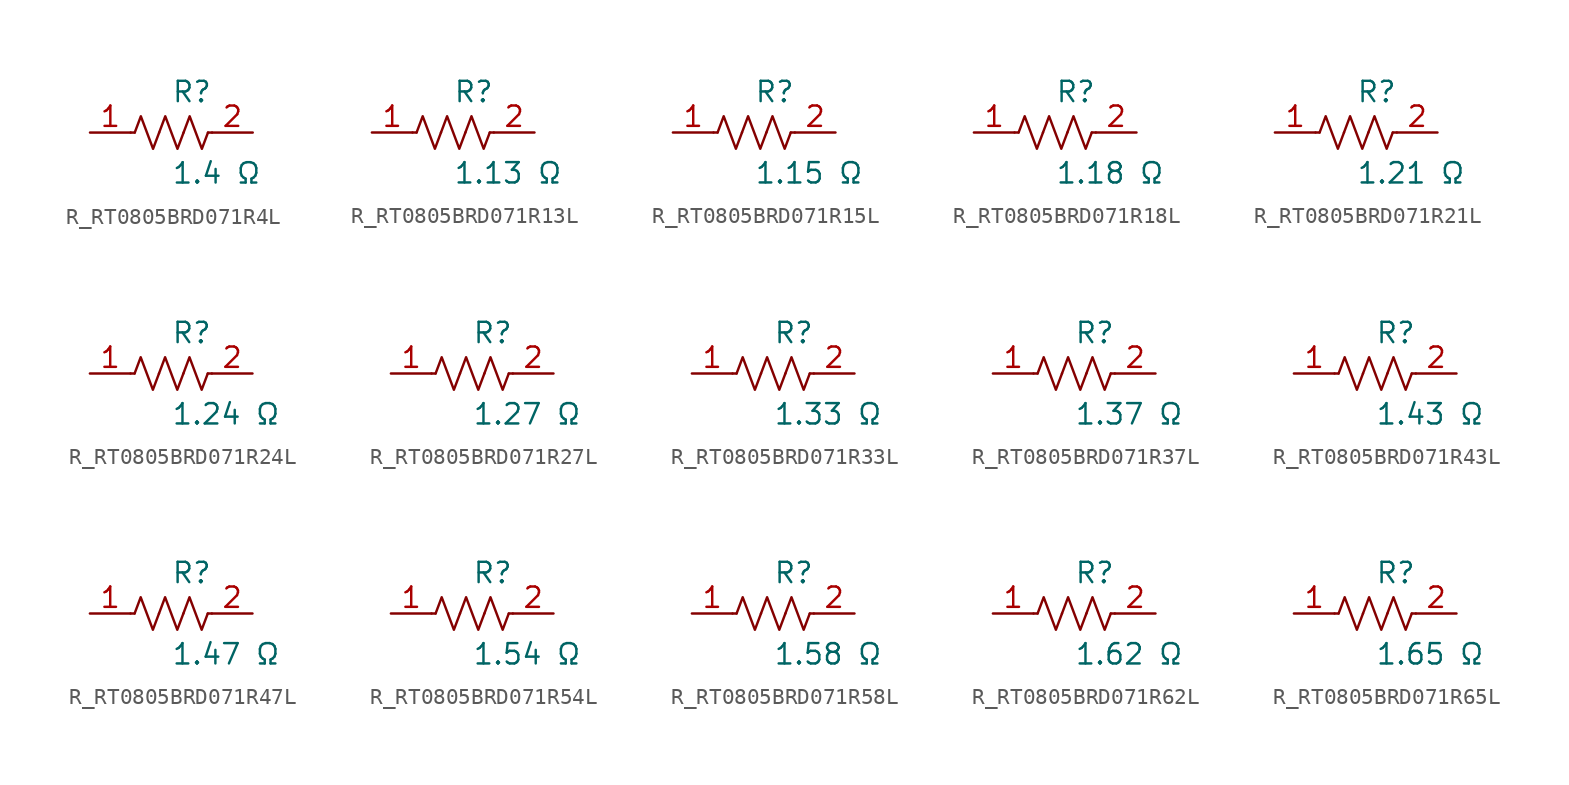
<source format=kicad_sym>
(kicad_symbol_lib
  (version 20231120)
  (generator kicad_symbol_editor)
  (generator_version 8.0)
  (symbol "R_RT0805BRD071R4L"
    (pin_names
      (offset 0.254))
    (property "Reference" "R"
      (at 0.0 2.54 0)
      (effects (font (size 1.27 1.27)) (justify left)))
    (property "Value" "1.4 Ω"
      (at 0.0 -2.54 0)
      (effects (font (size 1.27 1.27)) (justify left)))
    (symbol "R_RT0805BRD071R4L_0_1"
      (polyline (pts (xy 2.286 0) (xy 2.54 0)) (stroke (width 0) (type default)) (fill (type none)))
      (polyline (pts (xy -2.286 0) (xy -2.54 0)) (stroke (width 0) (type default)) (fill (type none)))
      (polyline (pts (xy 0.762 0) (xy 1.143 1.016) (xy 1.524 0) (xy 1.905 -1.016) (xy 2.286 0)) (stroke (width 0) (type default)) (fill (type none)))
      (polyline (pts (xy -0.762 0) (xy -0.381 1.016) (xy 0 0) (xy 0.381 -1.016) (xy 0.762 0)) (stroke (width 0) (type default)) (fill (type none)))
      (polyline (pts (xy -2.286 0) (xy -1.905 1.016) (xy -1.524 0) (xy -1.143 -1.016) (xy -0.762 0)) (stroke (width 0) (type default)) (fill (type none))))
    (pin unspecified line
      (at -5.08 0 0)
      (length 2.54)
      (name "" (effects (font (size 1.27 1.27))))
      (number "1" (effects (font (size 1.27 1.27)))))
    (pin unspecified line
      (at 5.08 0 180)
      (length 2.54)
      (name "" (effects (font (size 1.27 1.27))))
      (number "2" (effects (font (size 1.27 1.27))))))
  (symbol "R_RT0805BRD071R13L"
    (pin_names
      (offset 0.254))
    (property "Reference" "R"
      (at 0.0 2.54 0)
      (effects (font (size 1.27 1.27)) (justify left)))
    (property "Value" "1.13 Ω"
      (at 0.0 -2.54 0)
      (effects (font (size 1.27 1.27)) (justify left)))
    (symbol "R_RT0805BRD071R13L_0_1"
      (polyline (pts (xy 2.286 0) (xy 2.54 0)) (stroke (width 0) (type default)) (fill (type none)))
      (polyline (pts (xy -2.286 0) (xy -2.54 0)) (stroke (width 0) (type default)) (fill (type none)))
      (polyline (pts (xy 0.762 0) (xy 1.143 1.016) (xy 1.524 0) (xy 1.905 -1.016) (xy 2.286 0)) (stroke (width 0) (type default)) (fill (type none)))
      (polyline (pts (xy -0.762 0) (xy -0.381 1.016) (xy 0 0) (xy 0.381 -1.016) (xy 0.762 0)) (stroke (width 0) (type default)) (fill (type none)))
      (polyline (pts (xy -2.286 0) (xy -1.905 1.016) (xy -1.524 0) (xy -1.143 -1.016) (xy -0.762 0)) (stroke (width 0) (type default)) (fill (type none))))
    (pin unspecified line
      (at -5.08 0 0)
      (length 2.54)
      (name "" (effects (font (size 1.27 1.27))))
      (number "1" (effects (font (size 1.27 1.27)))))
    (pin unspecified line
      (at 5.08 0 180)
      (length 2.54)
      (name "" (effects (font (size 1.27 1.27))))
      (number "2" (effects (font (size 1.27 1.27))))))
  (symbol "R_RT0805BRD071R15L"
    (pin_names
      (offset 0.254))
    (property "Reference" "R"
      (at 0.0 2.54 0)
      (effects (font (size 1.27 1.27)) (justify left)))
    (property "Value" "1.15 Ω"
      (at 0.0 -2.54 0)
      (effects (font (size 1.27 1.27)) (justify left)))
    (symbol "R_RT0805BRD071R15L_0_1"
      (polyline (pts (xy 2.286 0) (xy 2.54 0)) (stroke (width 0) (type default)) (fill (type none)))
      (polyline (pts (xy -2.286 0) (xy -2.54 0)) (stroke (width 0) (type default)) (fill (type none)))
      (polyline (pts (xy 0.762 0) (xy 1.143 1.016) (xy 1.524 0) (xy 1.905 -1.016) (xy 2.286 0)) (stroke (width 0) (type default)) (fill (type none)))
      (polyline (pts (xy -0.762 0) (xy -0.381 1.016) (xy 0 0) (xy 0.381 -1.016) (xy 0.762 0)) (stroke (width 0) (type default)) (fill (type none)))
      (polyline (pts (xy -2.286 0) (xy -1.905 1.016) (xy -1.524 0) (xy -1.143 -1.016) (xy -0.762 0)) (stroke (width 0) (type default)) (fill (type none))))
    (pin unspecified line
      (at -5.08 0 0)
      (length 2.54)
      (name "" (effects (font (size 1.27 1.27))))
      (number "1" (effects (font (size 1.27 1.27)))))
    (pin unspecified line
      (at 5.08 0 180)
      (length 2.54)
      (name "" (effects (font (size 1.27 1.27))))
      (number "2" (effects (font (size 1.27 1.27))))))
  (symbol "R_RT0805BRD071R18L"
    (pin_names
      (offset 0.254))
    (property "Reference" "R"
      (at 0.0 2.54 0)
      (effects (font (size 1.27 1.27)) (justify left)))
    (property "Value" "1.18 Ω"
      (at 0.0 -2.54 0)
      (effects (font (size 1.27 1.27)) (justify left)))
    (symbol "R_RT0805BRD071R18L_0_1"
      (polyline (pts (xy 2.286 0) (xy 2.54 0)) (stroke (width 0) (type default)) (fill (type none)))
      (polyline (pts (xy -2.286 0) (xy -2.54 0)) (stroke (width 0) (type default)) (fill (type none)))
      (polyline (pts (xy 0.762 0) (xy 1.143 1.016) (xy 1.524 0) (xy 1.905 -1.016) (xy 2.286 0)) (stroke (width 0) (type default)) (fill (type none)))
      (polyline (pts (xy -0.762 0) (xy -0.381 1.016) (xy 0 0) (xy 0.381 -1.016) (xy 0.762 0)) (stroke (width 0) (type default)) (fill (type none)))
      (polyline (pts (xy -2.286 0) (xy -1.905 1.016) (xy -1.524 0) (xy -1.143 -1.016) (xy -0.762 0)) (stroke (width 0) (type default)) (fill (type none))))
    (pin unspecified line
      (at -5.08 0 0)
      (length 2.54)
      (name "" (effects (font (size 1.27 1.27))))
      (number "1" (effects (font (size 1.27 1.27)))))
    (pin unspecified line
      (at 5.08 0 180)
      (length 2.54)
      (name "" (effects (font (size 1.27 1.27))))
      (number "2" (effects (font (size 1.27 1.27))))))
  (symbol "R_RT0805BRD071R21L"
    (pin_names
      (offset 0.254))
    (property "Reference" "R"
      (at 0.0 2.54 0)
      (effects (font (size 1.27 1.27)) (justify left)))
    (property "Value" "1.21 Ω"
      (at 0.0 -2.54 0)
      (effects (font (size 1.27 1.27)) (justify left)))
    (symbol "R_RT0805BRD071R21L_0_1"
      (polyline (pts (xy 2.286 0) (xy 2.54 0)) (stroke (width 0) (type default)) (fill (type none)))
      (polyline (pts (xy -2.286 0) (xy -2.54 0)) (stroke (width 0) (type default)) (fill (type none)))
      (polyline (pts (xy 0.762 0) (xy 1.143 1.016) (xy 1.524 0) (xy 1.905 -1.016) (xy 2.286 0)) (stroke (width 0) (type default)) (fill (type none)))
      (polyline (pts (xy -0.762 0) (xy -0.381 1.016) (xy 0 0) (xy 0.381 -1.016) (xy 0.762 0)) (stroke (width 0) (type default)) (fill (type none)))
      (polyline (pts (xy -2.286 0) (xy -1.905 1.016) (xy -1.524 0) (xy -1.143 -1.016) (xy -0.762 0)) (stroke (width 0) (type default)) (fill (type none))))
    (pin unspecified line
      (at -5.08 0 0)
      (length 2.54)
      (name "" (effects (font (size 1.27 1.27))))
      (number "1" (effects (font (size 1.27 1.27)))))
    (pin unspecified line
      (at 5.08 0 180)
      (length 2.54)
      (name "" (effects (font (size 1.27 1.27))))
      (number "2" (effects (font (size 1.27 1.27))))))
  (symbol "R_RT0805BRD071R24L"
    (pin_names
      (offset 0.254))
    (property "Reference" "R"
      (at 0.0 2.54 0)
      (effects (font (size 1.27 1.27)) (justify left)))
    (property "Value" "1.24 Ω"
      (at 0.0 -2.54 0)
      (effects (font (size 1.27 1.27)) (justify left)))
    (symbol "R_RT0805BRD071R24L_0_1"
      (polyline (pts (xy 2.286 0) (xy 2.54 0)) (stroke (width 0) (type default)) (fill (type none)))
      (polyline (pts (xy -2.286 0) (xy -2.54 0)) (stroke (width 0) (type default)) (fill (type none)))
      (polyline (pts (xy 0.762 0) (xy 1.143 1.016) (xy 1.524 0) (xy 1.905 -1.016) (xy 2.286 0)) (stroke (width 0) (type default)) (fill (type none)))
      (polyline (pts (xy -0.762 0) (xy -0.381 1.016) (xy 0 0) (xy 0.381 -1.016) (xy 0.762 0)) (stroke (width 0) (type default)) (fill (type none)))
      (polyline (pts (xy -2.286 0) (xy -1.905 1.016) (xy -1.524 0) (xy -1.143 -1.016) (xy -0.762 0)) (stroke (width 0) (type default)) (fill (type none))))
    (pin unspecified line
      (at -5.08 0 0)
      (length 2.54)
      (name "" (effects (font (size 1.27 1.27))))
      (number "1" (effects (font (size 1.27 1.27)))))
    (pin unspecified line
      (at 5.08 0 180)
      (length 2.54)
      (name "" (effects (font (size 1.27 1.27))))
      (number "2" (effects (font (size 1.27 1.27))))))
  (symbol "R_RT0805BRD071R27L"
    (pin_names
      (offset 0.254))
    (property "Reference" "R"
      (at 0.0 2.54 0)
      (effects (font (size 1.27 1.27)) (justify left)))
    (property "Value" "1.27 Ω"
      (at 0.0 -2.54 0)
      (effects (font (size 1.27 1.27)) (justify left)))
    (symbol "R_RT0805BRD071R27L_0_1"
      (polyline (pts (xy 2.286 0) (xy 2.54 0)) (stroke (width 0) (type default)) (fill (type none)))
      (polyline (pts (xy -2.286 0) (xy -2.54 0)) (stroke (width 0) (type default)) (fill (type none)))
      (polyline (pts (xy 0.762 0) (xy 1.143 1.016) (xy 1.524 0) (xy 1.905 -1.016) (xy 2.286 0)) (stroke (width 0) (type default)) (fill (type none)))
      (polyline (pts (xy -0.762 0) (xy -0.381 1.016) (xy 0 0) (xy 0.381 -1.016) (xy 0.762 0)) (stroke (width 0) (type default)) (fill (type none)))
      (polyline (pts (xy -2.286 0) (xy -1.905 1.016) (xy -1.524 0) (xy -1.143 -1.016) (xy -0.762 0)) (stroke (width 0) (type default)) (fill (type none))))
    (pin unspecified line
      (at -5.08 0 0)
      (length 2.54)
      (name "" (effects (font (size 1.27 1.27))))
      (number "1" (effects (font (size 1.27 1.27)))))
    (pin unspecified line
      (at 5.08 0 180)
      (length 2.54)
      (name "" (effects (font (size 1.27 1.27))))
      (number "2" (effects (font (size 1.27 1.27))))))
  (symbol "R_RT0805BRD071R33L"
    (pin_names
      (offset 0.254))
    (property "Reference" "R"
      (at 0.0 2.54 0)
      (effects (font (size 1.27 1.27)) (justify left)))
    (property "Value" "1.33 Ω"
      (at 0.0 -2.54 0)
      (effects (font (size 1.27 1.27)) (justify left)))
    (symbol "R_RT0805BRD071R33L_0_1"
      (polyline (pts (xy 2.286 0) (xy 2.54 0)) (stroke (width 0) (type default)) (fill (type none)))
      (polyline (pts (xy -2.286 0) (xy -2.54 0)) (stroke (width 0) (type default)) (fill (type none)))
      (polyline (pts (xy 0.762 0) (xy 1.143 1.016) (xy 1.524 0) (xy 1.905 -1.016) (xy 2.286 0)) (stroke (width 0) (type default)) (fill (type none)))
      (polyline (pts (xy -0.762 0) (xy -0.381 1.016) (xy 0 0) (xy 0.381 -1.016) (xy 0.762 0)) (stroke (width 0) (type default)) (fill (type none)))
      (polyline (pts (xy -2.286 0) (xy -1.905 1.016) (xy -1.524 0) (xy -1.143 -1.016) (xy -0.762 0)) (stroke (width 0) (type default)) (fill (type none))))
    (pin unspecified line
      (at -5.08 0 0)
      (length 2.54)
      (name "" (effects (font (size 1.27 1.27))))
      (number "1" (effects (font (size 1.27 1.27)))))
    (pin unspecified line
      (at 5.08 0 180)
      (length 2.54)
      (name "" (effects (font (size 1.27 1.27))))
      (number "2" (effects (font (size 1.27 1.27))))))
  (symbol "R_RT0805BRD071R37L"
    (pin_names
      (offset 0.254))
    (property "Reference" "R"
      (at 0.0 2.54 0)
      (effects (font (size 1.27 1.27)) (justify left)))
    (property "Value" "1.37 Ω"
      (at 0.0 -2.54 0)
      (effects (font (size 1.27 1.27)) (justify left)))
    (symbol "R_RT0805BRD071R37L_0_1"
      (polyline (pts (xy 2.286 0) (xy 2.54 0)) (stroke (width 0) (type default)) (fill (type none)))
      (polyline (pts (xy -2.286 0) (xy -2.54 0)) (stroke (width 0) (type default)) (fill (type none)))
      (polyline (pts (xy 0.762 0) (xy 1.143 1.016) (xy 1.524 0) (xy 1.905 -1.016) (xy 2.286 0)) (stroke (width 0) (type default)) (fill (type none)))
      (polyline (pts (xy -0.762 0) (xy -0.381 1.016) (xy 0 0) (xy 0.381 -1.016) (xy 0.762 0)) (stroke (width 0) (type default)) (fill (type none)))
      (polyline (pts (xy -2.286 0) (xy -1.905 1.016) (xy -1.524 0) (xy -1.143 -1.016) (xy -0.762 0)) (stroke (width 0) (type default)) (fill (type none))))
    (pin unspecified line
      (at -5.08 0 0)
      (length 2.54)
      (name "" (effects (font (size 1.27 1.27))))
      (number "1" (effects (font (size 1.27 1.27)))))
    (pin unspecified line
      (at 5.08 0 180)
      (length 2.54)
      (name "" (effects (font (size 1.27 1.27))))
      (number "2" (effects (font (size 1.27 1.27))))))
  (symbol "R_RT0805BRD071R43L"
    (pin_names
      (offset 0.254))
    (property "Reference" "R"
      (at 0.0 2.54 0)
      (effects (font (size 1.27 1.27)) (justify left)))
    (property "Value" "1.43 Ω"
      (at 0.0 -2.54 0)
      (effects (font (size 1.27 1.27)) (justify left)))
    (symbol "R_RT0805BRD071R43L_0_1"
      (polyline (pts (xy 2.286 0) (xy 2.54 0)) (stroke (width 0) (type default)) (fill (type none)))
      (polyline (pts (xy -2.286 0) (xy -2.54 0)) (stroke (width 0) (type default)) (fill (type none)))
      (polyline (pts (xy 0.762 0) (xy 1.143 1.016) (xy 1.524 0) (xy 1.905 -1.016) (xy 2.286 0)) (stroke (width 0) (type default)) (fill (type none)))
      (polyline (pts (xy -0.762 0) (xy -0.381 1.016) (xy 0 0) (xy 0.381 -1.016) (xy 0.762 0)) (stroke (width 0) (type default)) (fill (type none)))
      (polyline (pts (xy -2.286 0) (xy -1.905 1.016) (xy -1.524 0) (xy -1.143 -1.016) (xy -0.762 0)) (stroke (width 0) (type default)) (fill (type none))))
    (pin unspecified line
      (at -5.08 0 0)
      (length 2.54)
      (name "" (effects (font (size 1.27 1.27))))
      (number "1" (effects (font (size 1.27 1.27)))))
    (pin unspecified line
      (at 5.08 0 180)
      (length 2.54)
      (name "" (effects (font (size 1.27 1.27))))
      (number "2" (effects (font (size 1.27 1.27))))))
  (symbol "R_RT0805BRD071R47L"
    (pin_names
      (offset 0.254))
    (property "Reference" "R"
      (at 0.0 2.54 0)
      (effects (font (size 1.27 1.27)) (justify left)))
    (property "Value" "1.47 Ω"
      (at 0.0 -2.54 0)
      (effects (font (size 1.27 1.27)) (justify left)))
    (symbol "R_RT0805BRD071R47L_0_1"
      (polyline (pts (xy 2.286 0) (xy 2.54 0)) (stroke (width 0) (type default)) (fill (type none)))
      (polyline (pts (xy -2.286 0) (xy -2.54 0)) (stroke (width 0) (type default)) (fill (type none)))
      (polyline (pts (xy 0.762 0) (xy 1.143 1.016) (xy 1.524 0) (xy 1.905 -1.016) (xy 2.286 0)) (stroke (width 0) (type default)) (fill (type none)))
      (polyline (pts (xy -0.762 0) (xy -0.381 1.016) (xy 0 0) (xy 0.381 -1.016) (xy 0.762 0)) (stroke (width 0) (type default)) (fill (type none)))
      (polyline (pts (xy -2.286 0) (xy -1.905 1.016) (xy -1.524 0) (xy -1.143 -1.016) (xy -0.762 0)) (stroke (width 0) (type default)) (fill (type none))))
    (pin unspecified line
      (at -5.08 0 0)
      (length 2.54)
      (name "" (effects (font (size 1.27 1.27))))
      (number "1" (effects (font (size 1.27 1.27)))))
    (pin unspecified line
      (at 5.08 0 180)
      (length 2.54)
      (name "" (effects (font (size 1.27 1.27))))
      (number "2" (effects (font (size 1.27 1.27))))))
  (symbol "R_RT0805BRD071R54L"
    (pin_names
      (offset 0.254))
    (property "Reference" "R"
      (at 0.0 2.54 0)
      (effects (font (size 1.27 1.27)) (justify left)))
    (property "Value" "1.54 Ω"
      (at 0.0 -2.54 0)
      (effects (font (size 1.27 1.27)) (justify left)))
    (symbol "R_RT0805BRD071R54L_0_1"
      (polyline (pts (xy 2.286 0) (xy 2.54 0)) (stroke (width 0) (type default)) (fill (type none)))
      (polyline (pts (xy -2.286 0) (xy -2.54 0)) (stroke (width 0) (type default)) (fill (type none)))
      (polyline (pts (xy 0.762 0) (xy 1.143 1.016) (xy 1.524 0) (xy 1.905 -1.016) (xy 2.286 0)) (stroke (width 0) (type default)) (fill (type none)))
      (polyline (pts (xy -0.762 0) (xy -0.381 1.016) (xy 0 0) (xy 0.381 -1.016) (xy 0.762 0)) (stroke (width 0) (type default)) (fill (type none)))
      (polyline (pts (xy -2.286 0) (xy -1.905 1.016) (xy -1.524 0) (xy -1.143 -1.016) (xy -0.762 0)) (stroke (width 0) (type default)) (fill (type none))))
    (pin unspecified line
      (at -5.08 0 0)
      (length 2.54)
      (name "" (effects (font (size 1.27 1.27))))
      (number "1" (effects (font (size 1.27 1.27)))))
    (pin unspecified line
      (at 5.08 0 180)
      (length 2.54)
      (name "" (effects (font (size 1.27 1.27))))
      (number "2" (effects (font (size 1.27 1.27))))))
  (symbol "R_RT0805BRD071R58L"
    (pin_names
      (offset 0.254))
    (property "Reference" "R"
      (at 0.0 2.54 0)
      (effects (font (size 1.27 1.27)) (justify left)))
    (property "Value" "1.58 Ω"
      (at 0.0 -2.54 0)
      (effects (font (size 1.27 1.27)) (justify left)))
    (symbol "R_RT0805BRD071R58L_0_1"
      (polyline (pts (xy 2.286 0) (xy 2.54 0)) (stroke (width 0) (type default)) (fill (type none)))
      (polyline (pts (xy -2.286 0) (xy -2.54 0)) (stroke (width 0) (type default)) (fill (type none)))
      (polyline (pts (xy 0.762 0) (xy 1.143 1.016) (xy 1.524 0) (xy 1.905 -1.016) (xy 2.286 0)) (stroke (width 0) (type default)) (fill (type none)))
      (polyline (pts (xy -0.762 0) (xy -0.381 1.016) (xy 0 0) (xy 0.381 -1.016) (xy 0.762 0)) (stroke (width 0) (type default)) (fill (type none)))
      (polyline (pts (xy -2.286 0) (xy -1.905 1.016) (xy -1.524 0) (xy -1.143 -1.016) (xy -0.762 0)) (stroke (width 0) (type default)) (fill (type none))))
    (pin unspecified line
      (at -5.08 0 0)
      (length 2.54)
      (name "" (effects (font (size 1.27 1.27))))
      (number "1" (effects (font (size 1.27 1.27)))))
    (pin unspecified line
      (at 5.08 0 180)
      (length 2.54)
      (name "" (effects (font (size 1.27 1.27))))
      (number "2" (effects (font (size 1.27 1.27))))))
  (symbol "R_RT0805BRD071R62L"
    (pin_names
      (offset 0.254))
    (property "Reference" "R"
      (at 0.0 2.54 0)
      (effects (font (size 1.27 1.27)) (justify left)))
    (property "Value" "1.62 Ω"
      (at 0.0 -2.54 0)
      (effects (font (size 1.27 1.27)) (justify left)))
    (symbol "R_RT0805BRD071R62L_0_1"
      (polyline (pts (xy 2.286 0) (xy 2.54 0)) (stroke (width 0) (type default)) (fill (type none)))
      (polyline (pts (xy -2.286 0) (xy -2.54 0)) (stroke (width 0) (type default)) (fill (type none)))
      (polyline (pts (xy 0.762 0) (xy 1.143 1.016) (xy 1.524 0) (xy 1.905 -1.016) (xy 2.286 0)) (stroke (width 0) (type default)) (fill (type none)))
      (polyline (pts (xy -0.762 0) (xy -0.381 1.016) (xy 0 0) (xy 0.381 -1.016) (xy 0.762 0)) (stroke (width 0) (type default)) (fill (type none)))
      (polyline (pts (xy -2.286 0) (xy -1.905 1.016) (xy -1.524 0) (xy -1.143 -1.016) (xy -0.762 0)) (stroke (width 0) (type default)) (fill (type none))))
    (pin unspecified line
      (at -5.08 0 0)
      (length 2.54)
      (name "" (effects (font (size 1.27 1.27))))
      (number "1" (effects (font (size 1.27 1.27)))))
    (pin unspecified line
      (at 5.08 0 180)
      (length 2.54)
      (name "" (effects (font (size 1.27 1.27))))
      (number "2" (effects (font (size 1.27 1.27))))))
  (symbol "R_RT0805BRD071R65L"
    (pin_names
      (offset 0.254))
    (property "Reference" "R"
      (at 0.0 2.54 0)
      (effects (font (size 1.27 1.27)) (justify left)))
    (property "Value" "1.65 Ω"
      (at 0.0 -2.54 0)
      (effects (font (size 1.27 1.27)) (justify left)))
    (symbol "R_RT0805BRD071R65L_0_1"
      (polyline (pts (xy 2.286 0) (xy 2.54 0)) (stroke (width 0) (type default)) (fill (type none)))
      (polyline (pts (xy -2.286 0) (xy -2.54 0)) (stroke (width 0) (type default)) (fill (type none)))
      (polyline (pts (xy 0.762 0) (xy 1.143 1.016) (xy 1.524 0) (xy 1.905 -1.016) (xy 2.286 0)) (stroke (width 0) (type default)) (fill (type none)))
      (polyline (pts (xy -0.762 0) (xy -0.381 1.016) (xy 0 0) (xy 0.381 -1.016) (xy 0.762 0)) (stroke (width 0) (type default)) (fill (type none)))
      (polyline (pts (xy -2.286 0) (xy -1.905 1.016) (xy -1.524 0) (xy -1.143 -1.016) (xy -0.762 0)) (stroke (width 0) (type default)) (fill (type none))))
    (pin unspecified line
      (at -5.08 0 0)
      (length 2.54)
      (name "" (effects (font (size 1.27 1.27))))
      (number "1" (effects (font (size 1.27 1.27)))))
    (pin unspecified line
      (at 5.08 0 180)
      (length 2.54)
      (name "" (effects (font (size 1.27 1.27))))
      (number "2" (effects (font (size 1.27 1.27)))))))
</source>
